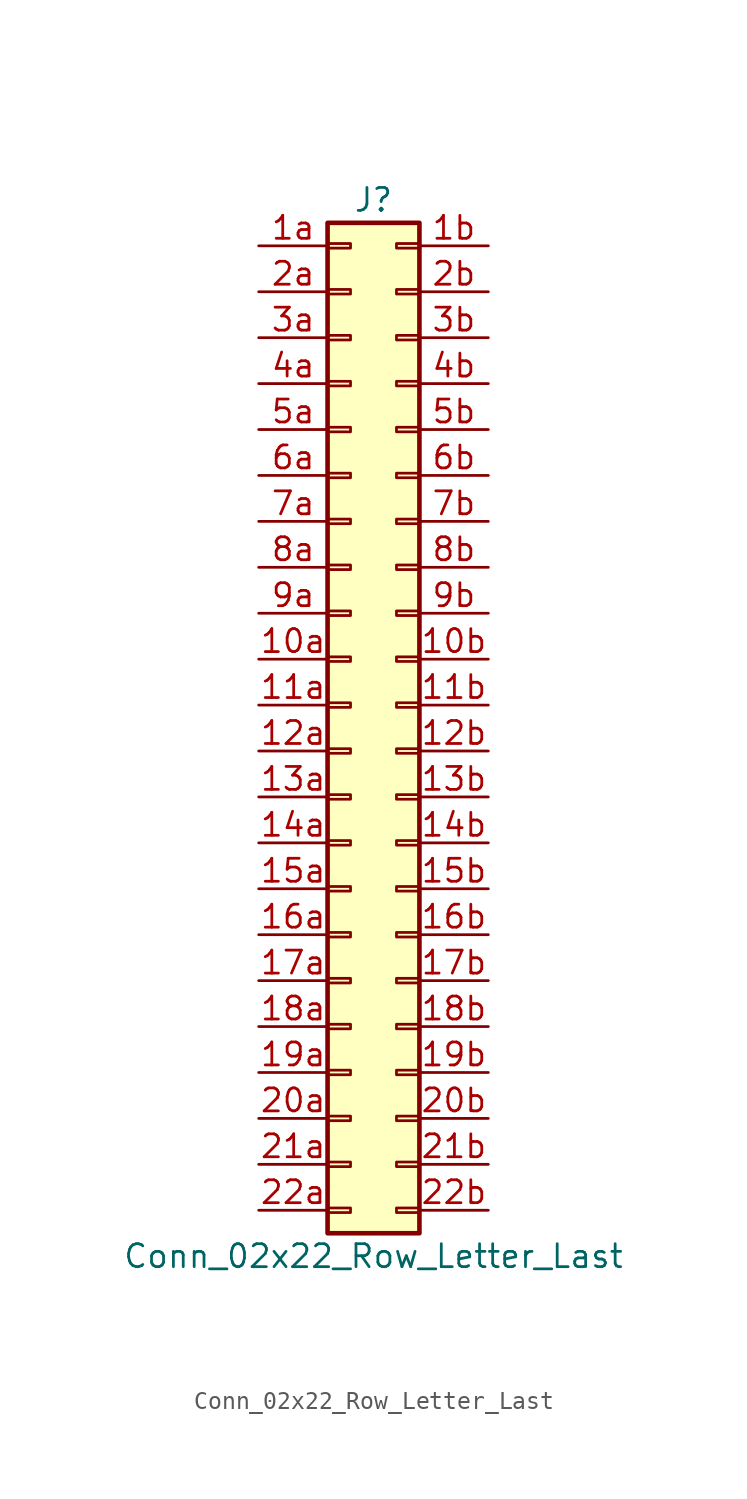
<source format=kicad_sym>
(kicad_symbol_lib
  (version 20211014)
  (generator kicad_symbol_editor)
  (symbol "Conn_02x22_Row_Letter_Last"
    (pin_names
      (offset 1.016) hide)
    (property "Reference" "J"
      (at 1.27 27.94 0)
      (effects (font (size 1.27 1.27))))
    (property "Value" "Conn_02x22_Row_Letter_Last"
      (at 1.27 -30.48 0)
      (effects (font (size 1.27 1.27))))
    (symbol "Conn_02x22_Row_Letter_Last_1_1"
      (rectangle (start -1.27 -27.813) (end 0 -28.067) (stroke (width 0.152) (type default) (color 0 0 0 0)) (fill (type none)))
      (rectangle (start -1.27 -25.273) (end 0 -25.527) (stroke (width 0.152) (type default) (color 0 0 0 0)) (fill (type none)))
      (rectangle (start -1.27 -22.733) (end 0 -22.987) (stroke (width 0.152) (type default) (color 0 0 0 0)) (fill (type none)))
      (rectangle (start -1.27 -20.193) (end 0 -20.447) (stroke (width 0.152) (type default) (color 0 0 0 0)) (fill (type none)))
      (rectangle (start -1.27 -17.653) (end 0 -17.907) (stroke (width 0.152) (type default) (color 0 0 0 0)) (fill (type none)))
      (rectangle (start -1.27 -15.113) (end 0 -15.367) (stroke (width 0.152) (type default) (color 0 0 0 0)) (fill (type none)))
      (rectangle (start -1.27 -12.573) (end 0 -12.827) (stroke (width 0.152) (type default) (color 0 0 0 0)) (fill (type none)))
      (rectangle (start -1.27 -10.033) (end 0 -10.287) (stroke (width 0.152) (type default) (color 0 0 0 0)) (fill (type none)))
      (rectangle (start -1.27 -7.493) (end 0 -7.747) (stroke (width 0.152) (type default) (color 0 0 0 0)) (fill (type none)))
      (rectangle (start -1.27 -4.953) (end 0 -5.207) (stroke (width 0.152) (type default) (color 0 0 0 0)) (fill (type none)))
      (rectangle (start -1.27 -2.413) (end 0 -2.667) (stroke (width 0.152) (type default) (color 0 0 0 0)) (fill (type none)))
      (rectangle (start -1.27 0.127) (end 0 -0.127) (stroke (width 0.152) (type default) (color 0 0 0 0)) (fill (type none)))
      (rectangle (start -1.27 2.667) (end 0 2.413) (stroke (width 0.152) (type default) (color 0 0 0 0)) (fill (type none)))
      (rectangle (start -1.27 5.207) (end 0 4.953) (stroke (width 0.152) (type default) (color 0 0 0 0)) (fill (type none)))
      (rectangle (start -1.27 7.747) (end 0 7.493) (stroke (width 0.152) (type default) (color 0 0 0 0)) (fill (type none)))
      (rectangle (start -1.27 10.287) (end 0 10.033) (stroke (width 0.152) (type default) (color 0 0 0 0)) (fill (type none)))
      (rectangle (start -1.27 12.827) (end 0 12.573) (stroke (width 0.152) (type default) (color 0 0 0 0)) (fill (type none)))
      (rectangle (start -1.27 15.367) (end 0 15.113) (stroke (width 0.152) (type default) (color 0 0 0 0)) (fill (type none)))
      (rectangle (start -1.27 17.907) (end 0 17.653) (stroke (width 0.152) (type default) (color 0 0 0 0)) (fill (type none)))
      (rectangle (start -1.27 20.447) (end 0 20.193) (stroke (width 0.152) (type default) (color 0 0 0 0)) (fill (type none)))
      (rectangle (start -1.27 22.987) (end 0 22.733) (stroke (width 0.152) (type default) (color 0 0 0 0)) (fill (type none)))
      (rectangle (start -1.27 25.527) (end 0 25.273) (stroke (width 0.152) (type default) (color 0 0 0 0)) (fill (type none)))
      (rectangle (start -1.27 26.67) (end 3.81 -29.21) (stroke (width 0.254) (type default) (color 0 0 0 0)) (fill (type background)))
      (rectangle (start 3.81 -27.813) (end 2.54 -28.067) (stroke (width 0.152) (type default) (color 0 0 0 0)) (fill (type none)))
      (rectangle (start 3.81 -25.273) (end 2.54 -25.527) (stroke (width 0.152) (type default) (color 0 0 0 0)) (fill (type none)))
      (rectangle (start 3.81 -22.733) (end 2.54 -22.987) (stroke (width 0.152) (type default) (color 0 0 0 0)) (fill (type none)))
      (rectangle (start 3.81 -20.193) (end 2.54 -20.447) (stroke (width 0.152) (type default) (color 0 0 0 0)) (fill (type none)))
      (rectangle (start 3.81 -17.653) (end 2.54 -17.907) (stroke (width 0.152) (type default) (color 0 0 0 0)) (fill (type none)))
      (rectangle (start 3.81 -15.113) (end 2.54 -15.367) (stroke (width 0.152) (type default) (color 0 0 0 0)) (fill (type none)))
      (rectangle (start 3.81 -12.573) (end 2.54 -12.827) (stroke (width 0.152) (type default) (color 0 0 0 0)) (fill (type none)))
      (rectangle (start 3.81 -10.033) (end 2.54 -10.287) (stroke (width 0.152) (type default) (color 0 0 0 0)) (fill (type none)))
      (rectangle (start 3.81 -7.493) (end 2.54 -7.747) (stroke (width 0.152) (type default) (color 0 0 0 0)) (fill (type none)))
      (rectangle (start 3.81 -4.953) (end 2.54 -5.207) (stroke (width 0.152) (type default) (color 0 0 0 0)) (fill (type none)))
      (rectangle (start 3.81 -2.413) (end 2.54 -2.667) (stroke (width 0.152) (type default) (color 0 0 0 0)) (fill (type none)))
      (rectangle (start 3.81 0.127) (end 2.54 -0.127) (stroke (width 0.152) (type default) (color 0 0 0 0)) (fill (type none)))
      (rectangle (start 3.81 2.667) (end 2.54 2.413) (stroke (width 0.152) (type default) (color 0 0 0 0)) (fill (type none)))
      (rectangle (start 3.81 5.207) (end 2.54 4.953) (stroke (width 0.152) (type default) (color 0 0 0 0)) (fill (type none)))
      (rectangle (start 3.81 7.747) (end 2.54 7.493) (stroke (width 0.152) (type default) (color 0 0 0 0)) (fill (type none)))
      (rectangle (start 3.81 10.287) (end 2.54 10.033) (stroke (width 0.152) (type default) (color 0 0 0 0)) (fill (type none)))
      (rectangle (start 3.81 12.827) (end 2.54 12.573) (stroke (width 0.152) (type default) (color 0 0 0 0)) (fill (type none)))
      (rectangle (start 3.81 15.367) (end 2.54 15.113) (stroke (width 0.152) (type default) (color 0 0 0 0)) (fill (type none)))
      (rectangle (start 3.81 17.907) (end 2.54 17.653) (stroke (width 0.152) (type default) (color 0 0 0 0)) (fill (type none)))
      (rectangle (start 3.81 20.447) (end 2.54 20.193) (stroke (width 0.152) (type default) (color 0 0 0 0)) (fill (type none)))
      (rectangle (start 3.81 22.987) (end 2.54 22.733) (stroke (width 0.152) (type default) (color 0 0 0 0)) (fill (type none)))
      (rectangle (start 3.81 25.527) (end 2.54 25.273) (stroke (width 0.152) (type default) (color 0 0 0 0)) (fill (type none)))
      (pin passive line (at -5.08 2.54 0) (length 3.81) (name "Pin_10a" (effects (font (size 1.27 1.27)))) (number "10a" (effects (font (size 1.27 1.27)))))
      (pin passive line (at 7.62 2.54 180) (length 3.81) (name "Pin_10b" (effects (font (size 1.27 1.27)))) (number "10b" (effects (font (size 1.27 1.27)))))
      (pin passive line (at -5.08 0 0) (length 3.81) (name "Pin_11a" (effects (font (size 1.27 1.27)))) (number "11a" (effects (font (size 1.27 1.27)))))
      (pin passive line (at 7.62 0 180) (length 3.81) (name "Pin_11b" (effects (font (size 1.27 1.27)))) (number "11b" (effects (font (size 1.27 1.27)))))
      (pin passive line (at -5.08 -2.54 0) (length 3.81) (name "Pin_12a" (effects (font (size 1.27 1.27)))) (number "12a" (effects (font (size 1.27 1.27)))))
      (pin passive line (at 7.62 -2.54 180) (length 3.81) (name "Pin_12b" (effects (font (size 1.27 1.27)))) (number "12b" (effects (font (size 1.27 1.27)))))
      (pin passive line (at -5.08 -5.08 0) (length 3.81) (name "Pin_13a" (effects (font (size 1.27 1.27)))) (number "13a" (effects (font (size 1.27 1.27)))))
      (pin passive line (at 7.62 -5.08 180) (length 3.81) (name "Pin_13b" (effects (font (size 1.27 1.27)))) (number "13b" (effects (font (size 1.27 1.27)))))
      (pin passive line (at -5.08 -7.62 0) (length 3.81) (name "Pin_14a" (effects (font (size 1.27 1.27)))) (number "14a" (effects (font (size 1.27 1.27)))))
      (pin passive line (at 7.62 -7.62 180) (length 3.81) (name "Pin_14b" (effects (font (size 1.27 1.27)))) (number "14b" (effects (font (size 1.27 1.27)))))
      (pin passive line (at -5.08 -10.16 0) (length 3.81) (name "Pin_15a" (effects (font (size 1.27 1.27)))) (number "15a" (effects (font (size 1.27 1.27)))))
      (pin passive line (at 7.62 -10.16 180) (length 3.81) (name "Pin_15b" (effects (font (size 1.27 1.27)))) (number "15b" (effects (font (size 1.27 1.27)))))
      (pin passive line (at -5.08 -12.7 0) (length 3.81) (name "Pin_16a" (effects (font (size 1.27 1.27)))) (number "16a" (effects (font (size 1.27 1.27)))))
      (pin passive line (at 7.62 -12.7 180) (length 3.81) (name "Pin_16b" (effects (font (size 1.27 1.27)))) (number "16b" (effects (font (size 1.27 1.27)))))
      (pin passive line (at -5.08 -15.24 0) (length 3.81) (name "Pin_17a" (effects (font (size 1.27 1.27)))) (number "17a" (effects (font (size 1.27 1.27)))))
      (pin passive line (at 7.62 -15.24 180) (length 3.81) (name "Pin_17b" (effects (font (size 1.27 1.27)))) (number "17b" (effects (font (size 1.27 1.27)))))
      (pin passive line (at -5.08 -17.78 0) (length 3.81) (name "Pin_18a" (effects (font (size 1.27 1.27)))) (number "18a" (effects (font (size 1.27 1.27)))))
      (pin passive line (at 7.62 -17.78 180) (length 3.81) (name "Pin_18b" (effects (font (size 1.27 1.27)))) (number "18b" (effects (font (size 1.27 1.27)))))
      (pin passive line (at -5.08 -20.32 0) (length 3.81) (name "Pin_19a" (effects (font (size 1.27 1.27)))) (number "19a" (effects (font (size 1.27 1.27)))))
      (pin passive line (at 7.62 -20.32 180) (length 3.81) (name "Pin_19b" (effects (font (size 1.27 1.27)))) (number "19b" (effects (font (size 1.27 1.27)))))
      (pin passive line (at -5.08 25.4 0) (length 3.81) (name "Pin_1a" (effects (font (size 1.27 1.27)))) (number "1a" (effects (font (size 1.27 1.27)))))
      (pin passive line (at 7.62 25.4 180) (length 3.81) (name "Pin_1b" (effects (font (size 1.27 1.27)))) (number "1b" (effects (font (size 1.27 1.27)))))
      (pin passive line (at -5.08 -22.86 0) (length 3.81) (name "Pin_20a" (effects (font (size 1.27 1.27)))) (number "20a" (effects (font (size 1.27 1.27)))))
      (pin passive line (at 7.62 -22.86 180) (length 3.81) (name "Pin_20b" (effects (font (size 1.27 1.27)))) (number "20b" (effects (font (size 1.27 1.27)))))
      (pin passive line (at -5.08 -25.4 0) (length 3.81) (name "Pin_21a" (effects (font (size 1.27 1.27)))) (number "21a" (effects (font (size 1.27 1.27)))))
      (pin passive line (at 7.62 -25.4 180) (length 3.81) (name "Pin_21b" (effects (font (size 1.27 1.27)))) (number "21b" (effects (font (size 1.27 1.27)))))
      (pin passive line (at -5.08 -27.94 0) (length 3.81) (name "Pin_22a" (effects (font (size 1.27 1.27)))) (number "22a" (effects (font (size 1.27 1.27)))))
      (pin passive line (at 7.62 -27.94 180) (length 3.81) (name "Pin_22b" (effects (font (size 1.27 1.27)))) (number "22b" (effects (font (size 1.27 1.27)))))
      (pin passive line (at -5.08 22.86 0) (length 3.81) (name "Pin_2a" (effects (font (size 1.27 1.27)))) (number "2a" (effects (font (size 1.27 1.27)))))
      (pin passive line (at 7.62 22.86 180) (length 3.81) (name "Pin_2b" (effects (font (size 1.27 1.27)))) (number "2b" (effects (font (size 1.27 1.27)))))
      (pin passive line (at -5.08 20.32 0) (length 3.81) (name "Pin_3a" (effects (font (size 1.27 1.27)))) (number "3a" (effects (font (size 1.27 1.27)))))
      (pin passive line (at 7.62 20.32 180) (length 3.81) (name "Pin_3b" (effects (font (size 1.27 1.27)))) (number "3b" (effects (font (size 1.27 1.27)))))
      (pin passive line (at -5.08 17.78 0) (length 3.81) (name "Pin_4a" (effects (font (size 1.27 1.27)))) (number "4a" (effects (font (size 1.27 1.27)))))
      (pin passive line (at 7.62 17.78 180) (length 3.81) (name "Pin_4b" (effects (font (size 1.27 1.27)))) (number "4b" (effects (font (size 1.27 1.27)))))
      (pin passive line (at -5.08 15.24 0) (length 3.81) (name "Pin_5a" (effects (font (size 1.27 1.27)))) (number "5a" (effects (font (size 1.27 1.27)))))
      (pin passive line (at 7.62 15.24 180) (length 3.81) (name "Pin_5b" (effects (font (size 1.27 1.27)))) (number "5b" (effects (font (size 1.27 1.27)))))
      (pin passive line (at -5.08 12.7 0) (length 3.81) (name "Pin_6a" (effects (font (size 1.27 1.27)))) (number "6a" (effects (font (size 1.27 1.27)))))
      (pin passive line (at 7.62 12.7 180) (length 3.81) (name "Pin_6b" (effects (font (size 1.27 1.27)))) (number "6b" (effects (font (size 1.27 1.27)))))
      (pin passive line (at -5.08 10.16 0) (length 3.81) (name "Pin_7a" (effects (font (size 1.27 1.27)))) (number "7a" (effects (font (size 1.27 1.27)))))
      (pin passive line (at 7.62 10.16 180) (length 3.81) (name "Pin_7b" (effects (font (size 1.27 1.27)))) (number "7b" (effects (font (size 1.27 1.27)))))
      (pin passive line (at -5.08 7.62 0) (length 3.81) (name "Pin_8a" (effects (font (size 1.27 1.27)))) (number "8a" (effects (font (size 1.27 1.27)))))
      (pin passive line (at 7.62 7.62 180) (length 3.81) (name "Pin_8b" (effects (font (size 1.27 1.27)))) (number "8b" (effects (font (size 1.27 1.27)))))
      (pin passive line (at -5.08 5.08 0) (length 3.81) (name "Pin_9a" (effects (font (size 1.27 1.27)))) (number "9a" (effects (font (size 1.27 1.27)))))
      (pin passive line (at 7.62 5.08 180) (length 3.81) (name "Pin_9b" (effects (font (size 1.27 1.27)))) (number "9b" (effects (font (size 1.27 1.27))))))))
</source>
